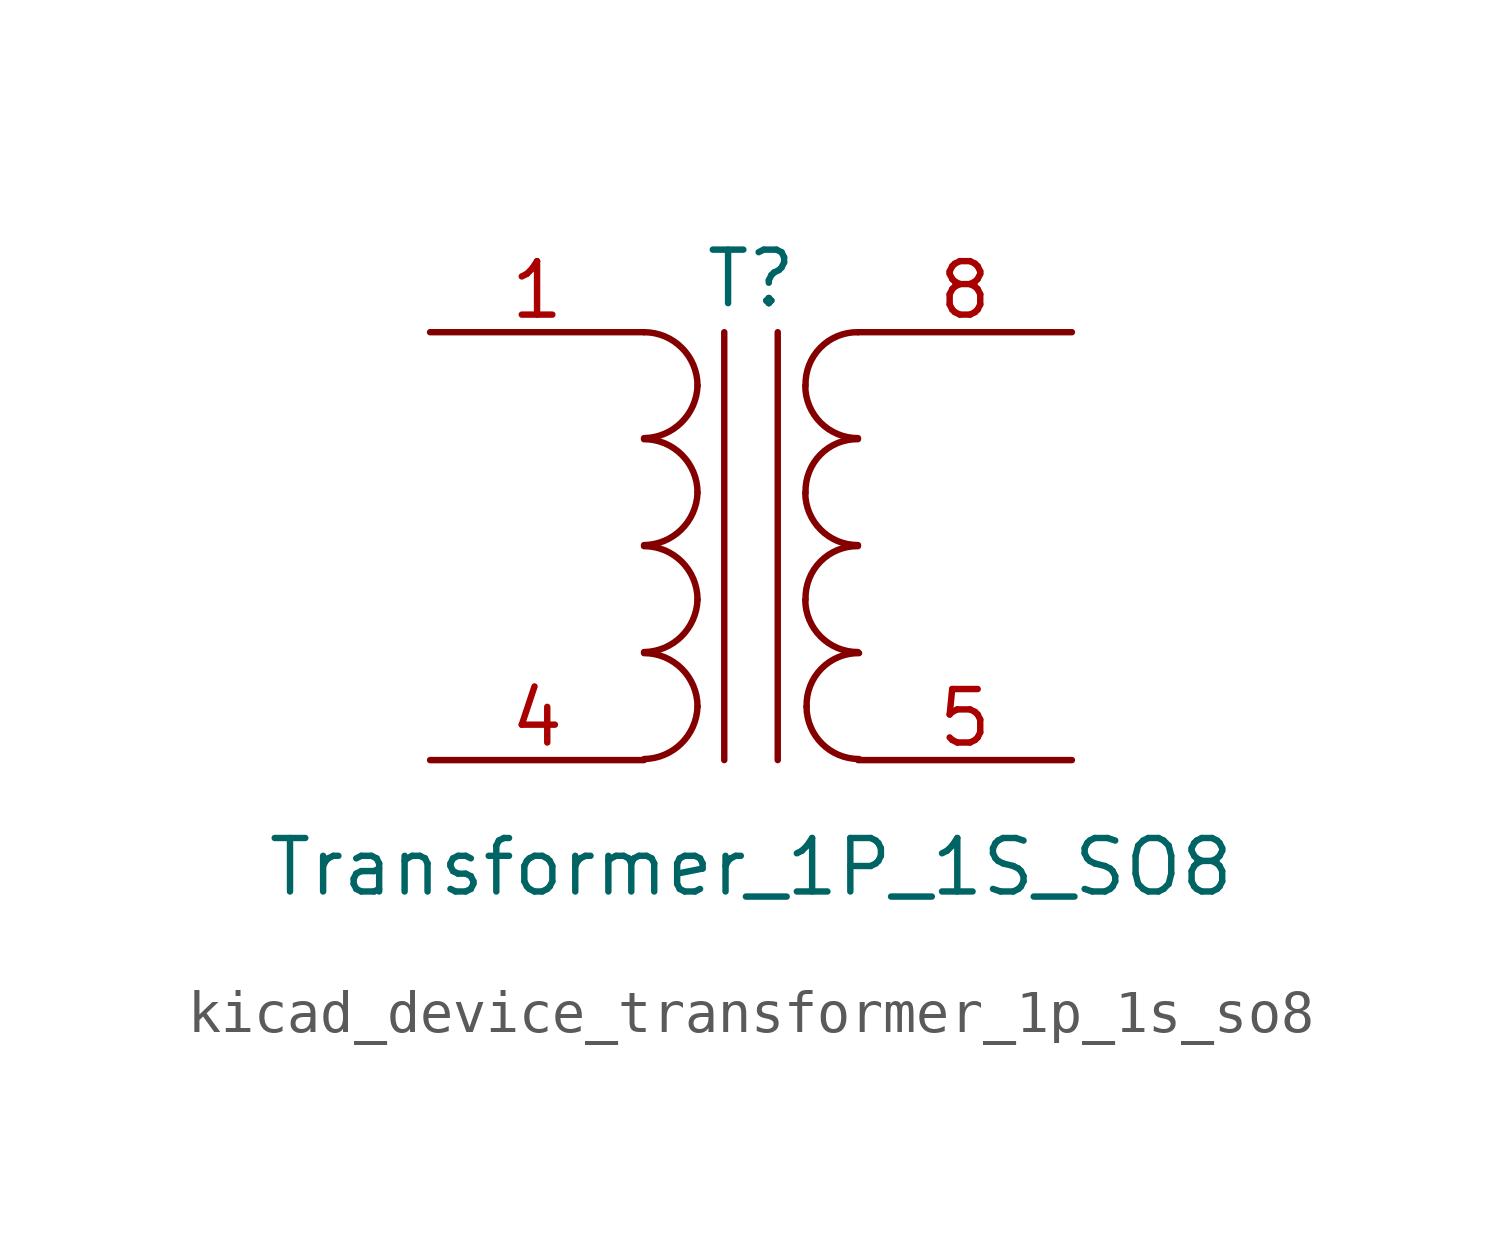
<source format=kicad_sym>
(kicad_symbol_lib
  (version 20220914)
  (generator kicad_symbol_editor)
  (symbol "kicad_device_transformer_1p_1s_so8"
    (pin_names
      (offset 1.016) hide)
    (property "Reference" "T"
      (at 0 6.35 0)
      (effects (font (size 1.27 1.27))))
    (property "Value" "Transformer_1P_1S_SO8"
      (at 0 -7.62 0)
      (effects (font (size 1.27 1.27))))
    (symbol "kicad_device_transformer_1p_1s_so8_0_1"
      (arc (start -2.54 -5.0546) (mid -1.6599 -4.6901) (end -1.27 -3.81) (stroke (width 0) (type default)) (fill (type none)))
      (arc (start -2.54 -2.5146) (mid -1.6599 -2.1501) (end -1.27 -1.27) (stroke (width 0) (type default)) (fill (type none)))
      (arc (start -2.54 0.0254) (mid -1.6599 0.3899) (end -1.27 1.27) (stroke (width 0) (type default)) (fill (type none)))
      (arc (start -2.54 2.5654) (mid -1.6599 2.9299) (end -1.27 3.81) (stroke (width 0) (type default)) (fill (type none)))
      (arc (start -1.27 -3.81) (mid -1.642 -2.912) (end -2.54 -2.54) (stroke (width 0) (type default)) (fill (type none)))
      (arc (start -1.27 -1.27) (mid -1.642 -0.372) (end -2.54 0) (stroke (width 0) (type default)) (fill (type none)))
      (arc (start -1.27 1.27) (mid -1.642 2.168) (end -2.54 2.54) (stroke (width 0) (type default)) (fill (type none)))
      (arc (start -1.27 3.81) (mid -1.642 4.708) (end -2.54 5.08) (stroke (width 0) (type default)) (fill (type none)))
      (polyline (pts (xy -0.635 5.08) (xy -0.635 -5.08)) (stroke (width 0) (type default)) (fill (type none)))
      (polyline (pts (xy 0.635 -5.08) (xy 0.635 5.08)) (stroke (width 0) (type default)) (fill (type none)))
      (arc (start 1.2954 -1.27) (mid 1.6599 -2.1501) (end 2.54 -2.5146) (stroke (width 0) (type default)) (fill (type none)))
      (arc (start 1.2954 1.27) (mid 1.6599 0.3899) (end 2.54 0.0254) (stroke (width 0) (type default)) (fill (type none)))
      (arc (start 1.2954 3.81) (mid 1.6599 2.9299) (end 2.54 2.5654) (stroke (width 0) (type default)) (fill (type none)))
      (arc (start 1.3208 -3.81) (mid 1.6853 -4.6901) (end 2.5654 -5.0546) (stroke (width 0) (type default)) (fill (type none)))
      (arc (start 2.54 0) (mid 1.642 -0.372) (end 1.2954 -1.27) (stroke (width 0) (type default)) (fill (type none)))
      (arc (start 2.54 2.54) (mid 1.642 2.168) (end 1.2954 1.27) (stroke (width 0) (type default)) (fill (type none)))
      (arc (start 2.54 5.08) (mid 1.642 4.708) (end 1.2954 3.81) (stroke (width 0) (type default)) (fill (type none)))
      (arc (start 2.5654 -2.54) (mid 1.6674 -2.912) (end 1.3208 -3.81) (stroke (width 0) (type default)) (fill (type none))))
    (symbol "kicad_device_transformer_1p_1s_so8_1_1"
      (pin passive line (at -7.62 5.08 0) (length 5.08) (name "AA" (effects (font (size 1.27 1.27)))) (number "1" (effects (font (size 1.27 1.27)))))
      (pin passive line (at -7.62 -5.08 0) (length 5.08) (name "AB" (effects (font (size 1.27 1.27)))) (number "4" (effects (font (size 1.27 1.27)))))
      (pin passive line (at 7.62 -5.08 180) (length 5.08) (name "SA" (effects (font (size 1.27 1.27)))) (number "5" (effects (font (size 1.27 1.27)))))
      (pin passive line (at 7.62 5.08 180) (length 5.08) (name "SB" (effects (font (size 1.27 1.27)))) (number "8" (effects (font (size 1.27 1.27))))))))
</source>
